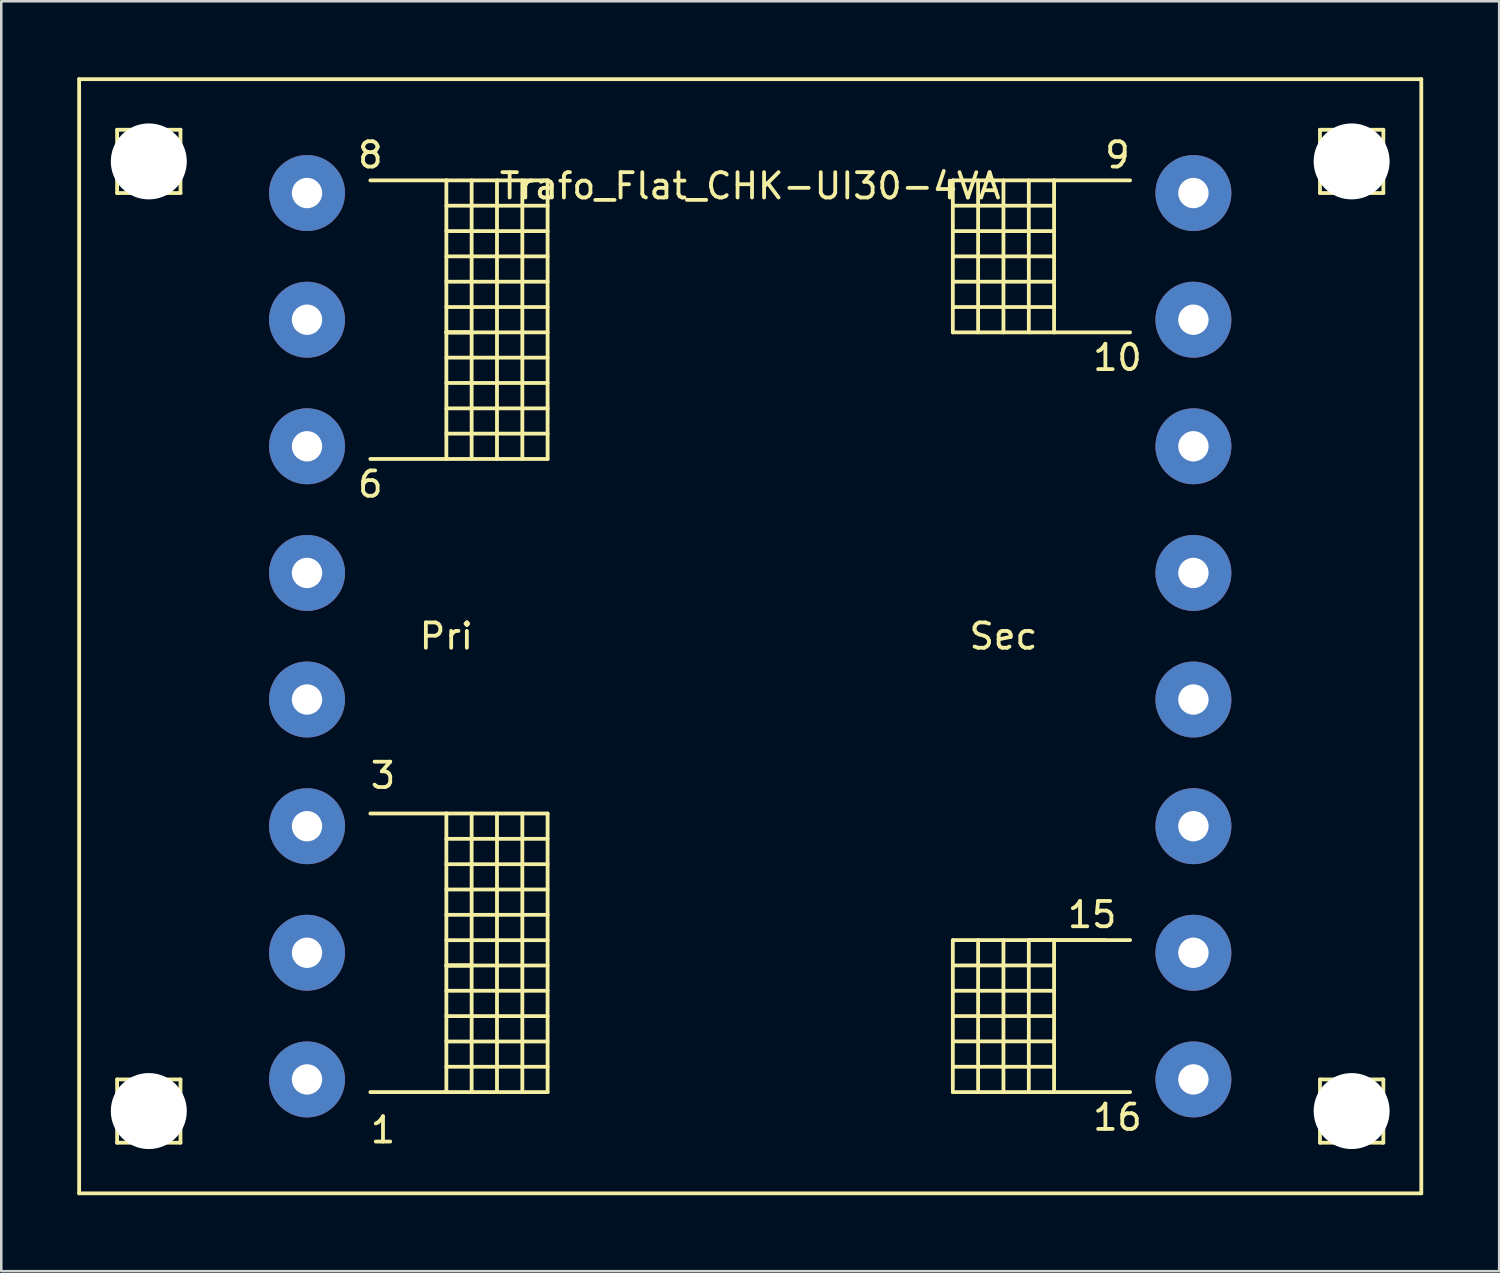
<source format=kicad_pcb>
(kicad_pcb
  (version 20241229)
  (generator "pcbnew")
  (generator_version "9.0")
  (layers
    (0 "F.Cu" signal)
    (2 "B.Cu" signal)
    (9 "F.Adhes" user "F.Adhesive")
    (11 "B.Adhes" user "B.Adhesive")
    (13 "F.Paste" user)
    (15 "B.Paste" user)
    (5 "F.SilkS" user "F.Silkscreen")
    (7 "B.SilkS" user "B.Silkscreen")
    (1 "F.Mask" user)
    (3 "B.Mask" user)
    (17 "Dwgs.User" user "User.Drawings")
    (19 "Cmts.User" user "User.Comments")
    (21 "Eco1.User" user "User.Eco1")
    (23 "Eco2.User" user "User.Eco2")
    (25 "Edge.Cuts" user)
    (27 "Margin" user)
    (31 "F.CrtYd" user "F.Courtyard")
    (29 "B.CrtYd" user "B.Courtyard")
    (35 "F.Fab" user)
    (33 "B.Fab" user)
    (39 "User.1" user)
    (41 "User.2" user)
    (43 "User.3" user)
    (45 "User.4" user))
  (footprint "Trafo_Flat_CHK-UI30-4VA"
    (layer "F.Cu")
    (at 26.575 22.074)
    (property "Reference" "Trafo_Flat_CHK-UI30-4VA" (at 0 -17.78 0) (layer "F.SilkS") (effects (font (size 1 1) (thickness 0.15))))
    (attr through_hole)
    (fp_line (start -26.5 -21.999) (end -26.5 21.999) (stroke (width 0.15) (type solid)) (layer "F.SilkS"))
    (fp_line (start -26.5 21.999) (end 26.5 21.999) (stroke (width 0.15) (type solid)) (layer "F.SilkS"))
    (fp_line (start -25.001 -20) (end -25.001 -17.501) (stroke (width 0.15) (type solid)) (layer "F.SilkS"))
    (fp_line (start -25.001 -17.501) (end -22.499 -17.501) (stroke (width 0.15) (type solid)) (layer "F.SilkS"))
    (fp_line (start -25.001 17.501) (end -25.001 20) (stroke (width 0.15) (type solid)) (layer "F.SilkS"))
    (fp_line (start -25.001 20) (end -22.499 20) (stroke (width 0.15) (type solid)) (layer "F.SilkS"))
    (fp_line (start -23.749 -20) (end -25.001 -20) (stroke (width 0.15) (type solid)) (layer "F.SilkS"))
    (fp_line (start -23.749 17.501) (end -25.001 17.501) (stroke (width 0.15) (type solid)) (layer "F.SilkS"))
    (fp_line (start -22.499 -20) (end -23.749 -20) (stroke (width 0.15) (type solid)) (layer "F.SilkS"))
    (fp_line (start -22.499 -17.501) (end -22.499 -20) (stroke (width 0.15) (type solid)) (layer "F.SilkS"))
    (fp_line (start -22.499 17.501) (end -23.749 17.501) (stroke (width 0.15) (type solid)) (layer "F.SilkS"))
    (fp_line (start -22.499 20) (end -22.499 17.501) (stroke (width 0.15) (type solid)) (layer "F.SilkS"))
    (fp_line (start -15.001 -18.001) (end -11.999 -18.001) (stroke (width 0.15) (type solid)) (layer "F.SilkS"))
    (fp_line (start -15.001 7) (end -11.999 7) (stroke (width 0.15) (type solid)) (layer "F.SilkS"))
    (fp_line (start -11.999 -18.001) (end -11.999 -7) (stroke (width 0.15) (type solid)) (layer "F.SilkS"))
    (fp_line (start -11.999 -18.001) (end -8.001 -18.001) (stroke (width 0.15) (type solid)) (layer "F.SilkS"))
    (fp_line (start -11.999 -17) (end -8.001 -17) (stroke (width 0.15) (type solid)) (layer "F.SilkS"))
    (fp_line (start -11.999 -15.999) (end -8.001 -15.999) (stroke (width 0.15) (type solid)) (layer "F.SilkS"))
    (fp_line (start -11.999 -15.001) (end -8.001 -15.001) (stroke (width 0.15) (type solid)) (layer "F.SilkS"))
    (fp_line (start -11.999 -14) (end -8.001 -14) (stroke (width 0.15) (type solid)) (layer "F.SilkS"))
    (fp_line (start -11.999 -13) (end -8.001 -13) (stroke (width 0.15) (type solid)) (layer "F.SilkS"))
    (fp_line (start -11.999 -11.999) (end -11.001 -11.999) (stroke (width 0.15) (type solid)) (layer "F.SilkS"))
    (fp_line (start -11.999 -11.001) (end -8.001 -11.001) (stroke (width 0.15) (type solid)) (layer "F.SilkS"))
    (fp_line (start -11.999 -8.999) (end -8.999 -8.999) (stroke (width 0.15) (type solid)) (layer "F.SilkS"))
    (fp_line (start -11.999 -7) (end -15.001 -7) (stroke (width 0.15) (type solid)) (layer "F.SilkS"))
    (fp_line (start -11.999 7) (end -11.999 18.001) (stroke (width 0.15) (type solid)) (layer "F.SilkS"))
    (fp_line (start -11.999 7) (end -8.001 7) (stroke (width 0.15) (type solid)) (layer "F.SilkS"))
    (fp_line (start -11.999 8.001) (end -8.001 8.001) (stroke (width 0.15) (type solid)) (layer "F.SilkS"))
    (fp_line (start -11.999 9.002) (end -8.001 9.002) (stroke (width 0.15) (type solid)) (layer "F.SilkS"))
    (fp_line (start -11.999 10) (end -8.001 10) (stroke (width 0.15) (type solid)) (layer "F.SilkS"))
    (fp_line (start -11.999 11.001) (end -8.001 11.001) (stroke (width 0.15) (type solid)) (layer "F.SilkS"))
    (fp_line (start -11.999 12.002) (end -8.001 12.002) (stroke (width 0.15) (type solid)) (layer "F.SilkS"))
    (fp_line (start -11.999 13.002) (end -11.001 13.002) (stroke (width 0.15) (type solid)) (layer "F.SilkS"))
    (fp_line (start -11.999 14) (end -8.001 14) (stroke (width 0.15) (type solid)) (layer "F.SilkS"))
    (fp_line (start -11.999 16.002) (end -8.999 16.002) (stroke (width 0.15) (type solid)) (layer "F.SilkS"))
    (fp_line (start -11.999 18.001) (end -15.001 18.001) (stroke (width 0.15) (type solid)) (layer "F.SilkS"))
    (fp_line (start -11.001 -18.001) (end -11.001 -7) (stroke (width 0.15) (type solid)) (layer "F.SilkS"))
    (fp_line (start -11.001 -11.999) (end -11.999 -11.999) (stroke (width 0.15) (type solid)) (layer "F.SilkS"))
    (fp_line (start -11.001 7) (end -11.001 18.001) (stroke (width 0.15) (type solid)) (layer "F.SilkS"))
    (fp_line (start -11.001 13.002) (end -11.999 13.002) (stroke (width 0.15) (type solid)) (layer "F.SilkS"))
    (fp_line (start -10 -7) (end -10 -18.001) (stroke (width 0.15) (type solid)) (layer "F.SilkS"))
    (fp_line (start -10 18.001) (end -10 7) (stroke (width 0.15) (type solid)) (layer "F.SilkS"))
    (fp_line (start -8.999 -18.001) (end -8.999 -7) (stroke (width 0.15) (type solid)) (layer "F.SilkS"))
    (fp_line (start -8.999 -8.999) (end -8.001 -8.999) (stroke (width 0.15) (type solid)) (layer "F.SilkS"))
    (fp_line (start -8.999 7) (end -8.999 18.001) (stroke (width 0.15) (type solid)) (layer "F.SilkS"))
    (fp_line (start -8.999 16.002) (end -8.001 16.002) (stroke (width 0.15) (type solid)) (layer "F.SilkS"))
    (fp_line (start -8.001 -18.001) (end -8.001 -7) (stroke (width 0.15) (type solid)) (layer "F.SilkS"))
    (fp_line (start -8.001 -11.999) (end -11.999 -11.999) (stroke (width 0.15) (type solid)) (layer "F.SilkS"))
    (fp_line (start -8.001 -10) (end -11.999 -10) (stroke (width 0.15) (type solid)) (layer "F.SilkS"))
    (fp_line (start -8.001 -8.001) (end -11.999 -8.001) (stroke (width 0.15) (type solid)) (layer "F.SilkS"))
    (fp_line (start -8.001 -7) (end -11.999 -7) (stroke (width 0.15) (type solid)) (layer "F.SilkS"))
    (fp_line (start -8.001 7) (end -8.001 18.001) (stroke (width 0.15) (type solid)) (layer "F.SilkS"))
    (fp_line (start -8.001 13.002) (end -11.999 13.002) (stroke (width 0.15) (type solid)) (layer "F.SilkS"))
    (fp_line (start -8.001 15.001) (end -11.999 15.001) (stroke (width 0.15) (type solid)) (layer "F.SilkS"))
    (fp_line (start -8.001 17) (end -11.999 17) (stroke (width 0.15) (type solid)) (layer "F.SilkS"))
    (fp_line (start -8.001 18.001) (end -11.999 18.001) (stroke (width 0.15) (type solid)) (layer "F.SilkS"))
    (fp_line (start 8.001 -18.001) (end 8.001 -11.999) (stroke (width 0.15) (type solid)) (layer "F.SilkS"))
    (fp_line (start 8.001 -17) (end 11.999 -17) (stroke (width 0.15) (type solid)) (layer "F.SilkS"))
    (fp_line (start 8.001 -15.001) (end 11.999 -15.001) (stroke (width 0.15) (type solid)) (layer "F.SilkS"))
    (fp_line (start 8.001 -14) (end 11.999 -14) (stroke (width 0.15) (type solid)) (layer "F.SilkS"))
    (fp_line (start 8.001 -11.999) (end 11.999 -11.999) (stroke (width 0.15) (type solid)) (layer "F.SilkS"))
    (fp_line (start 8.001 11.999) (end 8.001 18.001) (stroke (width 0.15) (type solid)) (layer "F.SilkS"))
    (fp_line (start 8.001 13) (end 11.999 13) (stroke (width 0.15) (type solid)) (layer "F.SilkS"))
    (fp_line (start 8.001 14.999) (end 11.999 14.999) (stroke (width 0.15) (type solid)) (layer "F.SilkS"))
    (fp_line (start 8.001 15.999) (end 11.999 15.999) (stroke (width 0.15) (type solid)) (layer "F.SilkS"))
    (fp_line (start 8.001 18.001) (end 11.999 18.001) (stroke (width 0.15) (type solid)) (layer "F.SilkS"))
    (fp_line (start 8.999 -18.001) (end 8.999 -11.999) (stroke (width 0.15) (type solid)) (layer "F.SilkS"))
    (fp_line (start 8.999 11.999) (end 8.999 18.001) (stroke (width 0.15) (type solid)) (layer "F.SilkS"))
    (fp_line (start 10 -18.001) (end 10 -11.999) (stroke (width 0.15) (type solid)) (layer "F.SilkS"))
    (fp_line (start 10 11.999) (end 10 18.001) (stroke (width 0.15) (type solid)) (layer "F.SilkS"))
    (fp_line (start 11.001 -18.001) (end 11.001 -11.999) (stroke (width 0.15) (type solid)) (layer "F.SilkS"))
    (fp_line (start 11.001 11.999) (end 11.001 18.001) (stroke (width 0.15) (type solid)) (layer "F.SilkS"))
    (fp_line (start 11.999 -18.001) (end 8.001 -18.001) (stroke (width 0.15) (type solid)) (layer "F.SilkS"))
    (fp_line (start 11.999 -18.001) (end 11.999 -11.999) (stroke (width 0.15) (type solid)) (layer "F.SilkS"))
    (fp_line (start 11.999 -15.999) (end 8.001 -15.999) (stroke (width 0.15) (type solid)) (layer "F.SilkS"))
    (fp_line (start 11.999 -13) (end 8.001 -13) (stroke (width 0.15) (type solid)) (layer "F.SilkS"))
    (fp_line (start 11.999 -11.999) (end 15.001 -11.999) (stroke (width 0.15) (type solid)) (layer "F.SilkS"))
    (fp_line (start 11.999 11.999) (end 8.001 11.999) (stroke (width 0.15) (type solid)) (layer "F.SilkS"))
    (fp_line (start 11.999 11.999) (end 11.999 18.001) (stroke (width 0.15) (type solid)) (layer "F.SilkS"))
    (fp_line (start 11.999 14) (end 8.001 14) (stroke (width 0.15) (type solid)) (layer "F.SilkS"))
    (fp_line (start 11.999 17) (end 8.001 17) (stroke (width 0.15) (type solid)) (layer "F.SilkS"))
    (fp_line (start 11.999 18.001) (end 15.001 18.001) (stroke (width 0.15) (type solid)) (layer "F.SilkS"))
    (fp_line (start 14 11.999) (end 10.998 11.999) (stroke (width 0.15) (type solid)) (layer "F.SilkS"))
    (fp_line (start 15.001 -18.001) (end 11.999 -18.001) (stroke (width 0.15) (type solid)) (layer "F.SilkS"))
    (fp_line (start 15.001 11.999) (end 11.999 11.999) (stroke (width 0.15) (type solid)) (layer "F.SilkS"))
    (fp_line (start 22.499 -20) (end 22.499 -17.501) (stroke (width 0.15) (type solid)) (layer "F.SilkS"))
    (fp_line (start 22.499 -17.501) (end 25.001 -17.501) (stroke (width 0.15) (type solid)) (layer "F.SilkS"))
    (fp_line (start 22.499 17.501) (end 22.499 20) (stroke (width 0.15) (type solid)) (layer "F.SilkS"))
    (fp_line (start 22.499 20) (end 25.001 20) (stroke (width 0.15) (type solid)) (layer "F.SilkS"))
    (fp_line (start 23.749 -20) (end 22.499 -20) (stroke (width 0.15) (type solid)) (layer "F.SilkS"))
    (fp_line (start 23.749 17.501) (end 22.499 17.501) (stroke (width 0.15) (type solid)) (layer "F.SilkS"))
    (fp_line (start 25.001 -20) (end 23.749 -20) (stroke (width 0.15) (type solid)) (layer "F.SilkS"))
    (fp_line (start 25.001 -17.501) (end 25.001 -20) (stroke (width 0.15) (type solid)) (layer "F.SilkS"))
    (fp_line (start 25.001 17.501) (end 23.749 17.501) (stroke (width 0.15) (type solid)) (layer "F.SilkS"))
    (fp_line (start 25.001 20) (end 25.001 17.501) (stroke (width 0.15) (type solid)) (layer "F.SilkS"))
    (fp_line (start 26.5 -21.999) (end -26.5 -21.999) (stroke (width 0.15) (type solid)) (layer "F.SilkS"))
    (fp_line (start 26.5 21.999) (end 26.5 -21.999) (stroke (width 0.15) (type solid)) (layer "F.SilkS"))
    (fp_text user "10" (at 14.501 -11.003 0) (layer "F.SilkS") (effects (font (size 1 1) (thickness 0.15))))
    (fp_text user "15" (at 13.5 10.998 0) (layer "F.SilkS") (effects (font (size 1 1) (thickness 0.15))))
    (fp_text user "Sec" (at 10 0 0) (layer "F.SilkS") (effects (font (size 1 1) (thickness 0.15))))
    (fp_text user "6" (at -15.001 -6.002 0) (layer "F.SilkS") (effects (font (size 1 1) (thickness 0.15))))
    (fp_text user "9" (at 14.501 -19.002 0) (layer "F.SilkS") (effects (font (size 1 1) (thickness 0.15))))
    (fp_text user "16" (at 14.501 18.999 0) (layer "F.SilkS") (effects (font (size 1 1) (thickness 0.15))))
    (fp_text user "1" (at -14.501 19.5 0) (layer "F.SilkS") (effects (font (size 1 1) (thickness 0.15))))
    (fp_text user "Pri" (at -11.999 0 0) (layer "F.SilkS") (effects (font (size 1 1) (thickness 0.15))))
    (fp_text user "8" (at -15.001 -19.002 0) (layer "F.SilkS") (effects (font (size 1 1) (thickness 0.15))))
    (fp_text user "3" (at -14.501 5.499 0) (layer "F.SilkS") (effects (font (size 1 1) (thickness 0.15))))
    (pad "" np_thru_hole circle (at -23.749 -18.75) (size 3 3) (drill 3) (layers "*.Cu" "*.Mask"))
    (pad "" np_thru_hole circle (at -23.749 18.75) (size 3 3) (drill 3) (layers "*.Cu" "*.Mask"))
    (pad "" np_thru_hole circle (at 23.749 -18.75) (size 3 3) (drill 3) (layers "*.Cu" "*.Mask"))
    (pad "" np_thru_hole circle (at 23.749 18.75) (size 3 3) (drill 3) (layers "*.Cu" "*.Mask"))
    (pad "1" thru_hole circle (at -17.501 17.501) (size 3 3) (drill 1.199) (layers "*.Cu" "*.Mask"))
    (pad "2" thru_hole circle (at -17.501 12.499) (size 3 3) (drill 1.199) (layers "*.Cu" "*.Mask"))
    (pad "3" thru_hole circle (at -17.501 7.501) (size 3 3) (drill 1.199) (layers "*.Cu" "*.Mask"))
    (pad "4" thru_hole circle (at -17.501 2.499) (size 3 3) (drill 1.199) (layers "*.Cu" "*.Mask"))
    (pad "5" thru_hole circle (at -17.501 -2.499) (size 3 3) (drill 1.199) (layers "*.Cu" "*.Mask"))
    (pad "6" thru_hole circle (at -17.501 -7.501) (size 3 3) (drill 1.199) (layers "*.Cu" "*.Mask"))
    (pad "7" thru_hole circle (at -17.501 -12.499) (size 3 3) (drill 1.199) (layers "*.Cu" "*.Mask"))
    (pad "8" thru_hole circle (at -17.501 -17.501) (size 3 3) (drill 1.199) (layers "*.Cu" "*.Mask"))
    (pad "9" thru_hole circle (at 17.501 -17.501) (size 3 3) (drill 1.199) (layers "*.Cu" "*.Mask"))
    (pad "10" thru_hole circle (at 17.501 -12.499) (size 3 3) (drill 1.199) (layers "*.Cu" "*.Mask"))
    (pad "11" thru_hole circle (at 17.501 -7.501) (size 3 3) (drill 1.199) (layers "*.Cu" "*.Mask"))
    (pad "12" thru_hole circle (at 17.501 -2.499) (size 3 3) (drill 1.199) (layers "*.Cu" "*.Mask"))
    (pad "13" thru_hole circle (at 17.501 2.499) (size 3 3) (drill 1.199) (layers "*.Cu" "*.Mask"))
    (pad "14" thru_hole circle (at 17.501 7.501) (size 3 3) (drill 1.199) (layers "*.Cu" "*.Mask"))
    (pad "15" thru_hole circle (at 17.501 12.499) (size 3 3) (drill 1.199) (layers "*.Cu" "*.Mask"))
    (pad "16" thru_hole circle (at 17.501 17.501) (size 3 3) (drill 1.199) (layers "*.Cu" "*.Mask")))
  (gr_rect
    (start -3 -3)
    (end 56.15 47.148)
    (stroke (width 0.1) (type default))
    (fill no)
    (layer "Edge.Cuts")))
</source>
